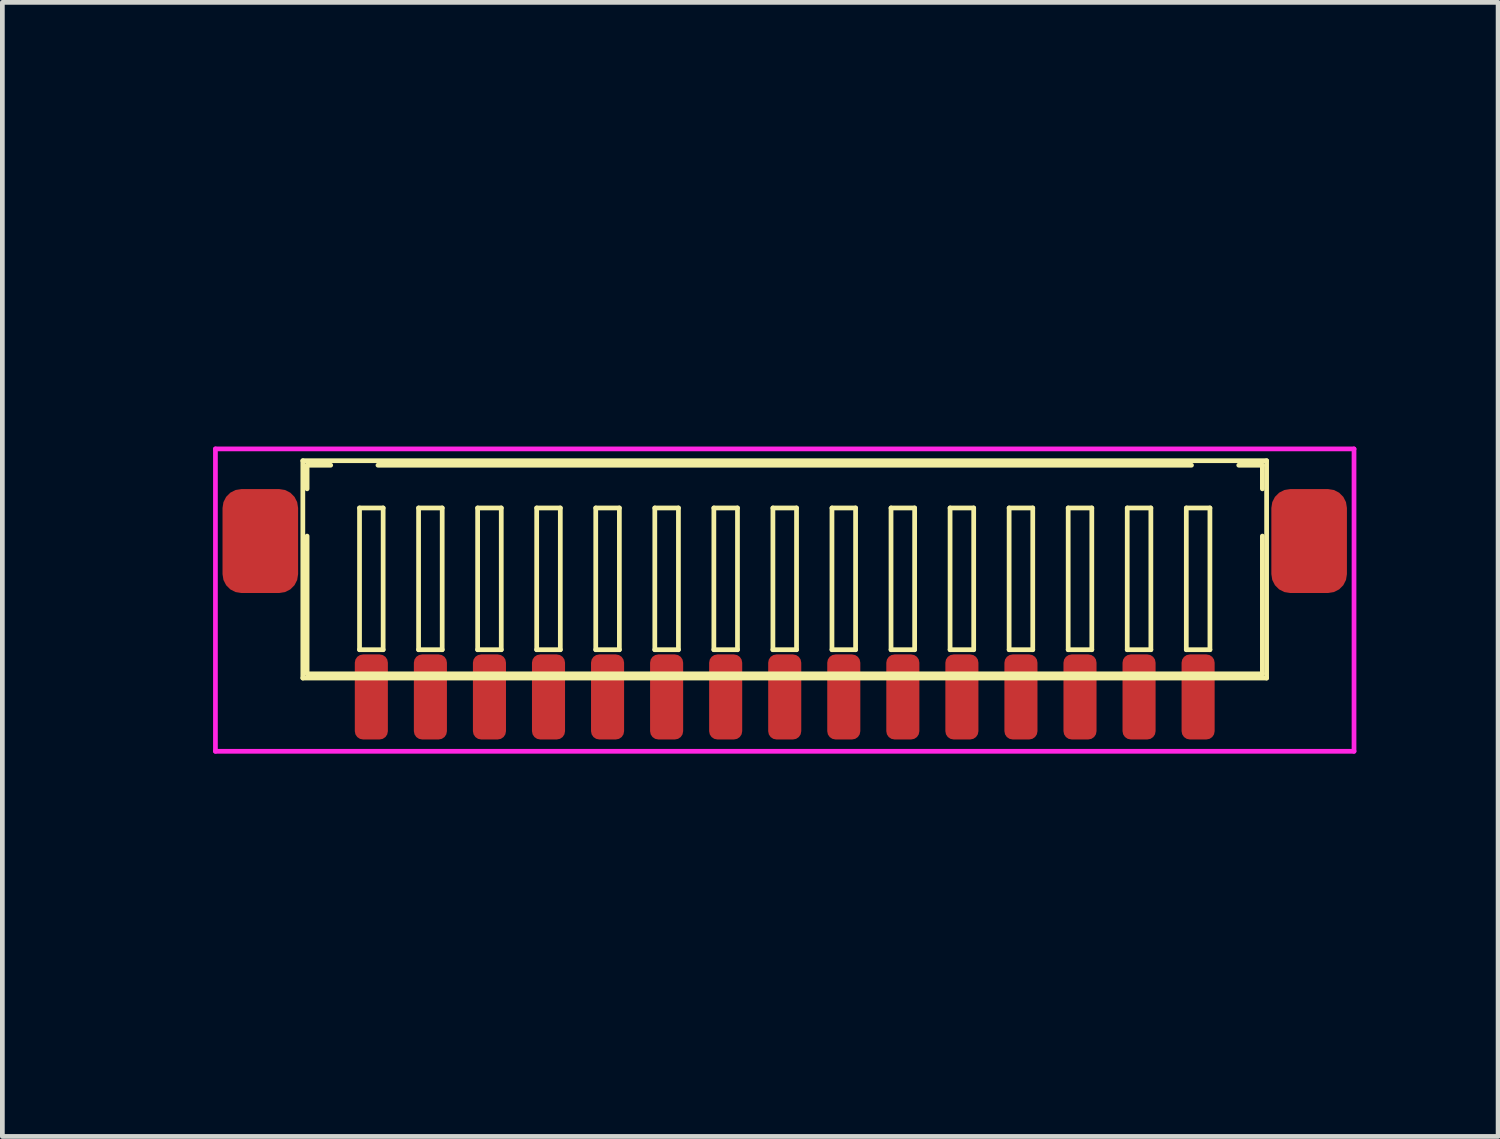
<source format=kicad_pcb>
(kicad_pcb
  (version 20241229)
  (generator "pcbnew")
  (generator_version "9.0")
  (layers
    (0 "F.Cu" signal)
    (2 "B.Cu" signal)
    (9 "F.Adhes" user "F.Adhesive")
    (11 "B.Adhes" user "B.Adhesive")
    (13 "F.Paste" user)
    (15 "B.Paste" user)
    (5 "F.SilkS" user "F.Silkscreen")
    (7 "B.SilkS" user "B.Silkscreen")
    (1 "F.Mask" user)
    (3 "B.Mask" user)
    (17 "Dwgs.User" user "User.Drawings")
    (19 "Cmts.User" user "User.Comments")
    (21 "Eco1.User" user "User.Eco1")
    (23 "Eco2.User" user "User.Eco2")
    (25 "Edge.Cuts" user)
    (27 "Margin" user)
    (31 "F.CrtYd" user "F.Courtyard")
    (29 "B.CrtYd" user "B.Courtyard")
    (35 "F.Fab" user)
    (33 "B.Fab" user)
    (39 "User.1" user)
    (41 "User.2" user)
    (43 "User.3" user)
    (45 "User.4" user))
  (footprint "DF13-RA-15P-125DSA"
    (layer "F.Cu")
    (at 13.56 11.702)
    (property "Reference" "DF13-RA-15P-125DSA" (at -12.8 -2.7 90) (layer "User.1") (effects (font (size 1 1) (thickness 0.1))))
    (attr through_hole)
    (fp_line (start -10.2 -5) (end -10.2 -0.4) (stroke (width 0.1) (type solid)) (layer "F.SilkS"))
    (fp_line (start -10.2 -5) (end 10.2 -5) (stroke (width 0.1) (type solid)) (layer "F.SilkS"))
    (fp_line (start -10.2 -0.4) (end 10.2 -0.4) (stroke (width 0.1) (type solid)) (layer "F.SilkS"))
    (fp_line (start -10.11 -4.905) (end -10.11 -4.405) (stroke (width 0.1) (type solid)) (layer "F.SilkS"))
    (fp_line (start -10.11 -4.905) (end -9.61 -4.905) (stroke (width 0.1) (type solid)) (layer "F.SilkS"))
    (fp_line (start -10.11 -3.405) (end -10.11 -0.49) (stroke (width 0.1) (type solid)) (layer "F.SilkS"))
    (fp_line (start -10.11 -0.49) (end 10.11 -0.49) (stroke (width 0.1) (type solid)) (layer "F.SilkS"))
    (fp_line (start -9 -4) (end -9 -1) (stroke (width 0.1) (type solid)) (layer "F.SilkS"))
    (fp_line (start -9 -1) (end -8.5 -1) (stroke (width 0.1) (type solid)) (layer "F.SilkS"))
    (fp_line (start -8.61 -4.905) (end 8.61 -4.905) (stroke (width 0.1) (type solid)) (layer "F.SilkS"))
    (fp_line (start -8.5 -4) (end -9 -4) (stroke (width 0.1) (type solid)) (layer "F.SilkS"))
    (fp_line (start -8.5 -1) (end -8.5 -4) (stroke (width 0.1) (type solid)) (layer "F.SilkS"))
    (fp_line (start -7.75 -4) (end -7.75 -1) (stroke (width 0.1) (type solid)) (layer "F.SilkS"))
    (fp_line (start -7.75 -1) (end -7.25 -1) (stroke (width 0.1) (type solid)) (layer "F.SilkS"))
    (fp_line (start -7.25 -4) (end -7.75 -4) (stroke (width 0.1) (type solid)) (layer "F.SilkS"))
    (fp_line (start -7.25 -1) (end -7.25 -4) (stroke (width 0.1) (type solid)) (layer "F.SilkS"))
    (fp_line (start -6.5 -4) (end -6.5 -1) (stroke (width 0.1) (type solid)) (layer "F.SilkS"))
    (fp_line (start -6.5 -1) (end -6 -1) (stroke (width 0.1) (type solid)) (layer "F.SilkS"))
    (fp_line (start -6 -4) (end -6.5 -4) (stroke (width 0.1) (type solid)) (layer "F.SilkS"))
    (fp_line (start -6 -1) (end -6 -4) (stroke (width 0.1) (type solid)) (layer "F.SilkS"))
    (fp_line (start -5.25 -4) (end -5.25 -1) (stroke (width 0.1) (type solid)) (layer "F.SilkS"))
    (fp_line (start -5.25 -1) (end -4.75 -1) (stroke (width 0.1) (type solid)) (layer "F.SilkS"))
    (fp_line (start -4.75 -4) (end -5.25 -4) (stroke (width 0.1) (type solid)) (layer "F.SilkS"))
    (fp_line (start -4.75 -1) (end -4.75 -4) (stroke (width 0.1) (type solid)) (layer "F.SilkS"))
    (fp_line (start -4 -4) (end -4 -1) (stroke (width 0.1) (type solid)) (layer "F.SilkS"))
    (fp_line (start -4 -1) (end -3.5 -1) (stroke (width 0.1) (type solid)) (layer "F.SilkS"))
    (fp_line (start -3.5 -4) (end -4 -4) (stroke (width 0.1) (type solid)) (layer "F.SilkS"))
    (fp_line (start -3.5 -1) (end -3.5 -4) (stroke (width 0.1) (type solid)) (layer "F.SilkS"))
    (fp_line (start -2.75 -4) (end -2.75 -1) (stroke (width 0.1) (type solid)) (layer "F.SilkS"))
    (fp_line (start -2.75 -1) (end -2.25 -1) (stroke (width 0.1) (type solid)) (layer "F.SilkS"))
    (fp_line (start -2.25 -4) (end -2.75 -4) (stroke (width 0.1) (type solid)) (layer "F.SilkS"))
    (fp_line (start -2.25 -1) (end -2.25 -4) (stroke (width 0.1) (type solid)) (layer "F.SilkS"))
    (fp_line (start -1.5 -4) (end -1.5 -1) (stroke (width 0.1) (type solid)) (layer "F.SilkS"))
    (fp_line (start -1.5 -1) (end -1 -1) (stroke (width 0.1) (type solid)) (layer "F.SilkS"))
    (fp_line (start -1 -4) (end -1.5 -4) (stroke (width 0.1) (type solid)) (layer "F.SilkS"))
    (fp_line (start -1 -1) (end -1 -4) (stroke (width 0.1) (type solid)) (layer "F.SilkS"))
    (fp_line (start -0.25 -4) (end -0.25 -1) (stroke (width 0.1) (type solid)) (layer "F.SilkS"))
    (fp_line (start -0.25 -1) (end 0.25 -1) (stroke (width 0.1) (type solid)) (layer "F.SilkS"))
    (fp_line (start 0.25 -4) (end -0.25 -4) (stroke (width 0.1) (type solid)) (layer "F.SilkS"))
    (fp_line (start 0.25 -1) (end 0.25 -4) (stroke (width 0.1) (type solid)) (layer "F.SilkS"))
    (fp_line (start 1 -4) (end 1 -1) (stroke (width 0.1) (type solid)) (layer "F.SilkS"))
    (fp_line (start 1 -1) (end 1.5 -1) (stroke (width 0.1) (type solid)) (layer "F.SilkS"))
    (fp_line (start 1.5 -4) (end 1 -4) (stroke (width 0.1) (type solid)) (layer "F.SilkS"))
    (fp_line (start 1.5 -1) (end 1.5 -4) (stroke (width 0.1) (type solid)) (layer "F.SilkS"))
    (fp_line (start 2.25 -4) (end 2.25 -1) (stroke (width 0.1) (type solid)) (layer "F.SilkS"))
    (fp_line (start 2.25 -1) (end 2.75 -1) (stroke (width 0.1) (type solid)) (layer "F.SilkS"))
    (fp_line (start 2.75 -4) (end 2.25 -4) (stroke (width 0.1) (type solid)) (layer "F.SilkS"))
    (fp_line (start 2.75 -1) (end 2.75 -4) (stroke (width 0.1) (type solid)) (layer "F.SilkS"))
    (fp_line (start 3.5 -4) (end 3.5 -1) (stroke (width 0.1) (type solid)) (layer "F.SilkS"))
    (fp_line (start 3.5 -1) (end 4 -1) (stroke (width 0.1) (type solid)) (layer "F.SilkS"))
    (fp_line (start 4 -4) (end 3.5 -4) (stroke (width 0.1) (type solid)) (layer "F.SilkS"))
    (fp_line (start 4 -1) (end 4 -4) (stroke (width 0.1) (type solid)) (layer "F.SilkS"))
    (fp_line (start 4.75 -4) (end 4.75 -1) (stroke (width 0.1) (type solid)) (layer "F.SilkS"))
    (fp_line (start 4.75 -1) (end 5.25 -1) (stroke (width 0.1) (type solid)) (layer "F.SilkS"))
    (fp_line (start 5.25 -4) (end 4.75 -4) (stroke (width 0.1) (type solid)) (layer "F.SilkS"))
    (fp_line (start 5.25 -1) (end 5.25 -4) (stroke (width 0.1) (type solid)) (layer "F.SilkS"))
    (fp_line (start 6 -4) (end 6 -1) (stroke (width 0.1) (type solid)) (layer "F.SilkS"))
    (fp_line (start 6 -1) (end 6.5 -1) (stroke (width 0.1) (type solid)) (layer "F.SilkS"))
    (fp_line (start 6.5 -4) (end 6 -4) (stroke (width 0.1) (type solid)) (layer "F.SilkS"))
    (fp_line (start 6.5 -1) (end 6.5 -4) (stroke (width 0.1) (type solid)) (layer "F.SilkS"))
    (fp_line (start 7.25 -4) (end 7.25 -1) (stroke (width 0.1) (type solid)) (layer "F.SilkS"))
    (fp_line (start 7.25 -1) (end 7.75 -1) (stroke (width 0.1) (type solid)) (layer "F.SilkS"))
    (fp_line (start 7.75 -4) (end 7.25 -4) (stroke (width 0.1) (type solid)) (layer "F.SilkS"))
    (fp_line (start 7.75 -1) (end 7.75 -4) (stroke (width 0.1) (type solid)) (layer "F.SilkS"))
    (fp_line (start 8.5 -4) (end 8.5 -1) (stroke (width 0.1) (type solid)) (layer "F.SilkS"))
    (fp_line (start 8.5 -1) (end 9 -1) (stroke (width 0.1) (type solid)) (layer "F.SilkS"))
    (fp_line (start 9 -4) (end 8.5 -4) (stroke (width 0.1) (type solid)) (layer "F.SilkS"))
    (fp_line (start 9 -1) (end 9 -4) (stroke (width 0.1) (type solid)) (layer "F.SilkS"))
    (fp_line (start 9.61 -4.905) (end 10.11 -4.905) (stroke (width 0.1) (type solid)) (layer "F.SilkS"))
    (fp_line (start 10.11 -4.905) (end 10.11 -4.405) (stroke (width 0.1) (type solid)) (layer "F.SilkS"))
    (fp_line (start 10.11 -3.405) (end 10.11 -0.49) (stroke (width 0.1) (type solid)) (layer "F.SilkS"))
    (fp_line (start 10.2 -5) (end 10.2 -0.4) (stroke (width 0.1) (type solid)) (layer "F.SilkS"))
    (fp_line (start -12.05 -5.25) (end -12.05 1.15) (stroke (width 0.1) (type solid)) (layer "F.CrtYd"))
    (fp_line (start -12.05 1.15) (end 12.05 1.15) (stroke (width 0.1) (type solid)) (layer "F.CrtYd"))
    (fp_line (start 12.05 -5.25) (end -12.05 -5.25) (stroke (width 0.1) (type solid)) (layer "F.CrtYd"))
    (fp_line (start 12.05 1.15) (end 12.05 -5.25) (stroke (width 0.1) (type solid)) (layer "F.CrtYd"))
    (pad "1" smd roundrect (at -8.75 0) (size 0.7 1.8) (layers "F.Cu" "F.Mask" "F.Paste") (roundrect_rratio 0.25))
    (pad "2" smd roundrect (at -7.5 0) (size 0.7 1.8) (layers "F.Cu" "F.Mask" "F.Paste") (roundrect_rratio 0.25))
    (pad "3" smd roundrect (at -6.25 0) (size 0.7 1.8) (layers "F.Cu" "F.Mask" "F.Paste") (roundrect_rratio 0.25))
    (pad "4" smd roundrect (at -5 0) (size 0.7 1.8) (layers "F.Cu" "F.Mask" "F.Paste") (roundrect_rratio 0.25))
    (pad "5" smd roundrect (at -3.75 0) (size 0.7 1.8) (layers "F.Cu" "F.Mask" "F.Paste") (roundrect_rratio 0.25))
    (pad "6" smd roundrect (at -2.5 0) (size 0.7 1.8) (layers "F.Cu" "F.Mask" "F.Paste") (roundrect_rratio 0.25))
    (pad "7" smd roundrect (at -1.25 0) (size 0.7 1.8) (layers "F.Cu" "F.Mask" "F.Paste") (roundrect_rratio 0.25))
    (pad "8" smd roundrect (at 0 0) (size 0.7 1.8) (layers "F.Cu" "F.Mask" "F.Paste") (roundrect_rratio 0.25))
    (pad "9" smd roundrect (at 1.25 0) (size 0.7 1.8) (layers "F.Cu" "F.Mask" "F.Paste") (roundrect_rratio 0.25))
    (pad "10" smd roundrect (at 2.5 0) (size 0.7 1.8) (layers "F.Cu" "F.Mask" "F.Paste") (roundrect_rratio 0.25))
    (pad "11" smd roundrect (at 3.75 0) (size 0.7 1.8) (layers "F.Cu" "F.Mask" "F.Paste") (roundrect_rratio 0.25))
    (pad "12" smd roundrect (at 5 0) (size 0.7 1.8) (layers "F.Cu" "F.Mask" "F.Paste") (roundrect_rratio 0.25))
    (pad "13" smd roundrect (at 6.25 0) (size 0.7 1.8) (layers "F.Cu" "F.Mask" "F.Paste") (roundrect_rratio 0.25))
    (pad "14" smd roundrect (at 7.5 0) (size 0.7 1.8) (layers "F.Cu" "F.Mask" "F.Paste") (roundrect_rratio 0.25))
    (pad "15" smd roundrect (at 8.75 0) (size 0.7 1.8) (layers "F.Cu" "F.Mask" "F.Paste") (roundrect_rratio 0.25))
    (pad "S" smd roundrect (at -11.1 -3.3) (size 1.6 2.2) (layers "F.Cu" "F.Mask" "F.Paste") (roundrect_rratio 0.25))
    (pad "S" smd roundrect (at 11.1 -3.3) (size 1.6 2.2) (layers "F.Cu" "F.Mask" "F.Paste") (roundrect_rratio 0.25)))
  (gr_rect
    (start -3 -3)
    (end 28.66 21.005)
    (stroke (width 0.1) (type default))
    (fill no)
    (layer "Edge.Cuts")))
</source>
